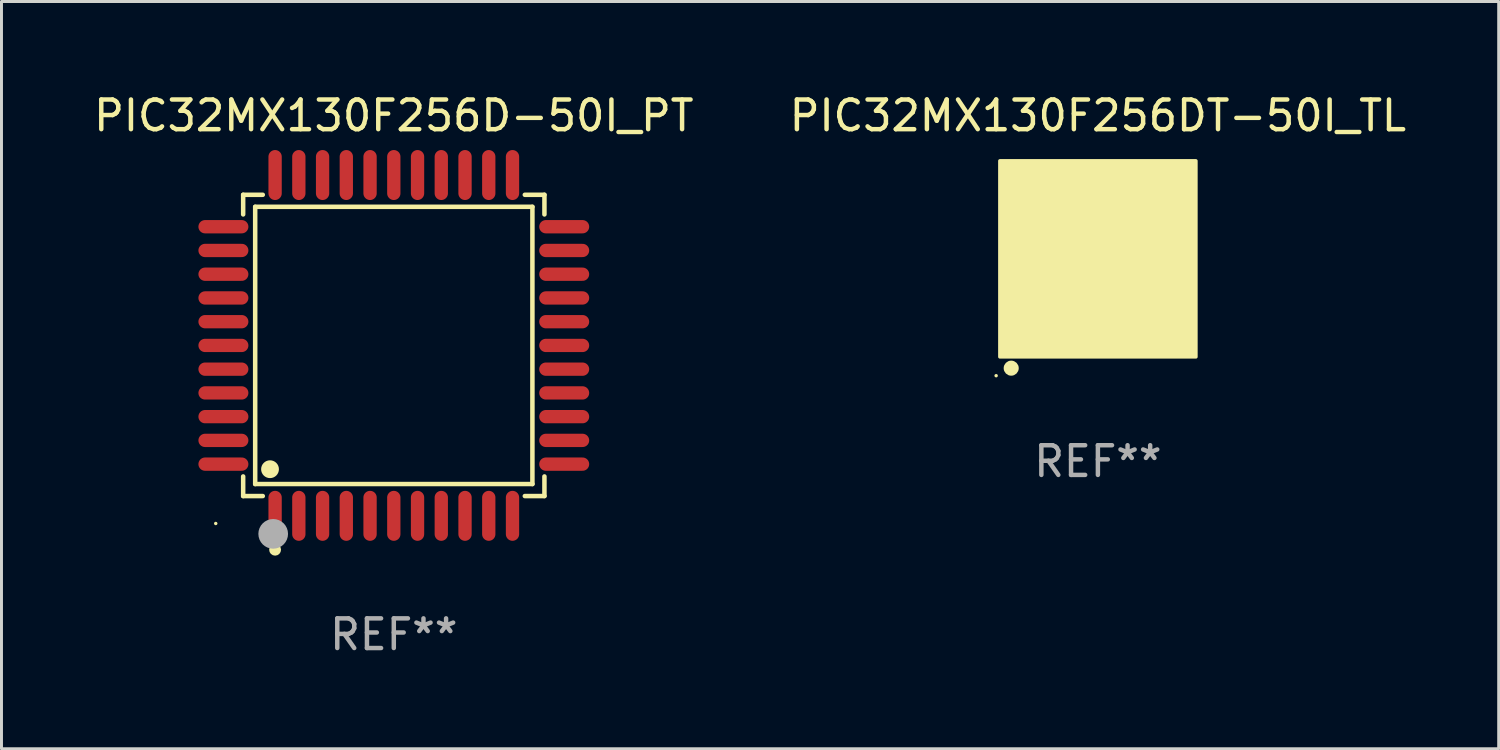
<source format=kicad_pcb>
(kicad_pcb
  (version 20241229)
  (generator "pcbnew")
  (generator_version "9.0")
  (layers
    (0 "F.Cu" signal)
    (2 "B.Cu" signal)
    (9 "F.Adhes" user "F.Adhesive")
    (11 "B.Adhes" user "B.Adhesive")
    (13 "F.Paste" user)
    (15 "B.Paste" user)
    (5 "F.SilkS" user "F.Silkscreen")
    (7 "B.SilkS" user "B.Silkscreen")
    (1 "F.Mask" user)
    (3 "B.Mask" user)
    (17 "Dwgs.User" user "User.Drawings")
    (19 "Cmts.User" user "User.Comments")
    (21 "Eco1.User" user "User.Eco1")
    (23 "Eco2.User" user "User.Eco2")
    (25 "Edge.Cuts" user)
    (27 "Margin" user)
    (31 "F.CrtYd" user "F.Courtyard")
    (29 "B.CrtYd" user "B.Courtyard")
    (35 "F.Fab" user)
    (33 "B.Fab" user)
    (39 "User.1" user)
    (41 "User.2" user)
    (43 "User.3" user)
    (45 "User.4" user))
  (footprint "PIC32MX130F256DT-50I_TL"
    (layer "F.Cu")
    (at 33.946 5.673)
    (property "Reference" "PIC32MX130F256DT-50I_TL" (at 0 -4.825 0) (layer "F.SilkS") (effects (font (size 1 1) (thickness 0.15))))
    (attr through_hole)
    (fp_circle (center -3.429 3.937) (end -3.399 3.937) (stroke (width 0.06) (type solid)) (fill no) (layer "F.SilkS"))
    (fp_circle (center -2.921 3.683) (end -2.794 3.683) (stroke (width 0.254) (type solid)) (fill no) (layer "F.SilkS"))
    (fp_poly (pts (xy -3.302 -3.302) (xy 3.302 -3.302) (xy 3.302 3.302) (xy -3.302 3.302)) (stroke (width 0.12) (type solid)) (fill yes) (layer "F.SilkS"))
    (fp_text user "REF**" (at 0 6.825 0) (layer "F.Fab") (effects (font (size 1 1) (thickness 0.15))))
    (pad "1" smd rect (at -2.25 2.825) (size 0.3 0.45) (layers "F.Cu" "F.Mask" "F.Paste"))
    (pad "2" smd rect (at -1.75 2.825) (size 0.3 0.45) (layers "F.Cu" "F.Mask" "F.Paste"))
    (pad "3" smd rect (at -1.25 2.825) (size 0.3 0.45) (layers "F.Cu" "F.Mask" "F.Paste"))
    (pad "4" smd rect (at -0.75 2.825) (size 0.3 0.45) (layers "F.Cu" "F.Mask" "F.Paste"))
    (pad "5" smd rect (at -0.25 2.825) (size 0.3 0.45) (layers "F.Cu" "F.Mask" "F.Paste"))
    (pad "6" smd rect (at 0.25 2.825) (size 0.3 0.45) (layers "F.Cu" "F.Mask" "F.Paste"))
    (pad "7" smd rect (at 0.75 2.825) (size 0.3 0.45) (layers "F.Cu" "F.Mask" "F.Paste"))
    (pad "8" smd rect (at 1.25 2.825) (size 0.3 0.45) (layers "F.Cu" "F.Mask" "F.Paste"))
    (pad "9" smd rect (at 1.75 2.825) (size 0.3 0.45) (layers "F.Cu" "F.Mask" "F.Paste"))
    (pad "10" smd rect (at 2.25 2.825) (size 0.3 0.45) (layers "F.Cu" "F.Mask" "F.Paste"))
    (pad "11" smd rect (at 2.825 2.825 90) (size 0.45 0.45) (layers "F.Cu" "F.Mask" "F.Paste"))
    (pad "12" smd rect (at 2.825 2.25 90) (size 0.3 0.45) (layers "F.Cu" "F.Mask" "F.Paste"))
    (pad "13" smd rect (at 2.825 1.75 90) (size 0.3 0.45) (layers "F.Cu" "F.Mask" "F.Paste"))
    (pad "14" smd rect (at 2.825 1.25 90) (size 0.3 0.45) (layers "F.Cu" "F.Mask" "F.Paste"))
    (pad "15" smd rect (at 2.825 0.75 90) (size 0.3 0.45) (layers "F.Cu" "F.Mask" "F.Paste"))
    (pad "16" smd rect (at 2.825 0.25 90) (size 0.3 0.45) (layers "F.Cu" "F.Mask" "F.Paste"))
    (pad "17" smd rect (at 2.825 -0.25 90) (size 0.3 0.45) (layers "F.Cu" "F.Mask" "F.Paste"))
    (pad "18" smd rect (at 2.825 -0.75 90) (size 0.3 0.45) (layers "F.Cu" "F.Mask" "F.Paste"))
    (pad "19" smd rect (at 2.825 -1.25 90) (size 0.3 0.45) (layers "F.Cu" "F.Mask" "F.Paste"))
    (pad "20" smd rect (at 2.825 -1.75 90) (size 0.3 0.45) (layers "F.Cu" "F.Mask" "F.Paste"))
    (pad "21" smd rect (at 2.825 -2.25 90) (size 0.3 0.45) (layers "F.Cu" "F.Mask" "F.Paste"))
    (pad "22" smd rect (at 2.825 -2.825 90) (size 0.45 0.45) (layers "F.Cu" "F.Mask" "F.Paste"))
    (pad "23" smd rect (at 2.25 -2.825) (size 0.3 0.45) (layers "F.Cu" "F.Mask" "F.Paste"))
    (pad "24" smd rect (at 1.75 -2.825) (size 0.3 0.45) (layers "F.Cu" "F.Mask" "F.Paste"))
    (pad "25" smd rect (at 1.25 -2.825) (size 0.3 0.45) (layers "F.Cu" "F.Mask" "F.Paste"))
    (pad "26" smd rect (at 0.75 -2.825) (size 0.3 0.45) (layers "F.Cu" "F.Mask" "F.Paste"))
    (pad "27" smd rect (at 0.25 -2.825) (size 0.3 0.45) (layers "F.Cu" "F.Mask" "F.Paste"))
    (pad "28" smd rect (at -0.25 -2.825) (size 0.3 0.45) (layers "F.Cu" "F.Mask" "F.Paste"))
    (pad "29" smd rect (at -0.75 -2.825) (size 0.3 0.45) (layers "F.Cu" "F.Mask" "F.Paste"))
    (pad "30" smd rect (at -1.25 -2.825) (size 0.3 0.45) (layers "F.Cu" "F.Mask" "F.Paste"))
    (pad "31" smd rect (at -1.75 -2.825) (size 0.3 0.45) (layers "F.Cu" "F.Mask" "F.Paste"))
    (pad "32" smd rect (at -2.25 -2.825) (size 0.3 0.45) (layers "F.Cu" "F.Mask" "F.Paste"))
    (pad "33" smd rect (at -2.825 -2.825 90) (size 0.45 0.45) (layers "F.Cu" "F.Mask" "F.Paste"))
    (pad "34" smd rect (at -2.825 -2.25 90) (size 0.3 0.45) (layers "F.Cu" "F.Mask" "F.Paste"))
    (pad "35" smd rect (at -2.825 -1.75 90) (size 0.3 0.45) (layers "F.Cu" "F.Mask" "F.Paste"))
    (pad "36" smd rect (at -2.825 -1.25 90) (size 0.3 0.45) (layers "F.Cu" "F.Mask" "F.Paste"))
    (pad "37" smd rect (at -2.825 -0.75 90) (size 0.3 0.45) (layers "F.Cu" "F.Mask" "F.Paste"))
    (pad "38" smd rect (at -2.825 -0.25 90) (size 0.3 0.45) (layers "F.Cu" "F.Mask" "F.Paste"))
    (pad "39" smd rect (at -2.825 0.25 90) (size 0.3 0.45) (layers "F.Cu" "F.Mask" "F.Paste"))
    (pad "40" smd rect (at -2.825 0.75 90) (size 0.3 0.45) (layers "F.Cu" "F.Mask" "F.Paste"))
    (pad "41" smd rect (at -2.825 1.25 90) (size 0.3 0.45) (layers "F.Cu" "F.Mask" "F.Paste"))
    (pad "42" smd rect (at -2.825 1.75 90) (size 0.3 0.45) (layers "F.Cu" "F.Mask" "F.Paste"))
    (pad "43" smd rect (at -2.825 2.25 90) (size 0.3 0.45) (layers "F.Cu" "F.Mask" "F.Paste"))
    (pad "44" smd rect (at -2.825 2.825 90) (size 0.45 0.45) (layers "F.Cu" "F.Mask" "F.Paste"))
    (pad "45" smd rect (at 0 0 90) (size 4.6 4.6) (layers "F.Cu" "F.Mask" "F.Paste")))
  (footprint "PIC32MX130F256D-50I_PT"
    (layer "F.Cu")
    (at 10.22 8.59)
    (property "Reference" "PIC32MX130F256D-50I_PT" (at 0 -7.742 0) (layer "F.SilkS") (effects (font (size 1 1) (thickness 0.15))))
    (attr through_hole)
    (fp_line (start -5.076 -5.076) (end -4.415 -5.076) (stroke (width 0.152) (type solid)) (layer "F.SilkS"))
    (fp_line (start -5.076 -4.415) (end -5.076 -5.076) (stroke (width 0.152) (type solid)) (layer "F.SilkS"))
    (fp_line (start -5.076 4.415) (end -5.076 5.076) (stroke (width 0.152) (type solid)) (layer "F.SilkS"))
    (fp_line (start -5.076 5.076) (end -4.415 5.076) (stroke (width 0.152) (type solid)) (layer "F.SilkS"))
    (fp_line (start -4.671 -4.671) (end 4.671 -4.671) (stroke (width 0.152) (type solid)) (layer "F.SilkS"))
    (fp_line (start -4.671 4.671) (end -4.671 -4.671) (stroke (width 0.152) (type solid)) (layer "F.SilkS"))
    (fp_line (start 4.671 -4.671) (end 4.671 4.671) (stroke (width 0.152) (type solid)) (layer "F.SilkS"))
    (fp_line (start 4.671 4.671) (end -4.671 4.671) (stroke (width 0.152) (type solid)) (layer "F.SilkS"))
    (fp_line (start 5.076 -5.076) (end 4.415 -5.076) (stroke (width 0.152) (type solid)) (layer "F.SilkS"))
    (fp_line (start 5.076 -4.415) (end 5.076 -5.076) (stroke (width 0.152) (type solid)) (layer "F.SilkS"))
    (fp_line (start 5.076 4.415) (end 5.076 5.076) (stroke (width 0.152) (type solid)) (layer "F.SilkS"))
    (fp_line (start 5.076 5.076) (end 4.415 5.076) (stroke (width 0.152) (type solid)) (layer "F.SilkS"))
    (fp_circle (center -6 6) (end -5.97 6) (stroke (width 0.06) (type solid)) (fill no) (layer "F.SilkS"))
    (fp_circle (center -4.171 4.171) (end -4.021 4.171) (stroke (width 0.3) (type solid)) (fill no) (layer "F.SilkS"))
    (fp_circle (center -4 6.884) (end -3.9 6.884) (stroke (width 0.2) (type solid)) (fill no) (layer "F.SilkS"))
    (fp_circle (center -4.064 6.35) (end -3.814 6.35) (stroke (width 0.5) (type solid)) (fill no) (layer "F.Fab"))
    (fp_text user "REF**" (at 0 9.742 0) (layer "F.Fab") (effects (font (size 1 1) (thickness 0.15))))
    (pad "1" smd oval (at -4 5.742) (size 0.448 1.684) (layers "F.Cu" "F.Mask" "F.Paste"))
    (pad "2" smd oval (at -3.2 5.742) (size 0.448 1.684) (layers "F.Cu" "F.Mask" "F.Paste"))
    (pad "3" smd oval (at -2.4 5.742) (size 0.448 1.684) (layers "F.Cu" "F.Mask" "F.Paste"))
    (pad "4" smd oval (at -1.6 5.742) (size 0.448 1.684) (layers "F.Cu" "F.Mask" "F.Paste"))
    (pad "5" smd oval (at -0.8 5.742) (size 0.448 1.684) (layers "F.Cu" "F.Mask" "F.Paste"))
    (pad "6" smd oval (at 0 5.742) (size 0.448 1.684) (layers "F.Cu" "F.Mask" "F.Paste"))
    (pad "7" smd oval (at 0.8 5.742) (size 0.448 1.684) (layers "F.Cu" "F.Mask" "F.Paste"))
    (pad "8" smd oval (at 1.6 5.742) (size 0.448 1.684) (layers "F.Cu" "F.Mask" "F.Paste"))
    (pad "9" smd oval (at 2.4 5.742) (size 0.448 1.684) (layers "F.Cu" "F.Mask" "F.Paste"))
    (pad "10" smd oval (at 3.2 5.742) (size 0.448 1.684) (layers "F.Cu" "F.Mask" "F.Paste"))
    (pad "11" smd oval (at 4 5.742) (size 0.448 1.684) (layers "F.Cu" "F.Mask" "F.Paste"))
    (pad "12" smd oval (at 5.742 4) (size 1.684 0.448) (layers "F.Cu" "F.Mask" "F.Paste"))
    (pad "13" smd oval (at 5.742 3.2) (size 1.684 0.448) (layers "F.Cu" "F.Mask" "F.Paste"))
    (pad "14" smd oval (at 5.742 2.4) (size 1.684 0.448) (layers "F.Cu" "F.Mask" "F.Paste"))
    (pad "15" smd oval (at 5.742 1.6) (size 1.684 0.448) (layers "F.Cu" "F.Mask" "F.Paste"))
    (pad "16" smd oval (at 5.742 0.8) (size 1.684 0.448) (layers "F.Cu" "F.Mask" "F.Paste"))
    (pad "17" smd oval (at 5.742 0) (size 1.684 0.448) (layers "F.Cu" "F.Mask" "F.Paste"))
    (pad "18" smd oval (at 5.742 -0.8) (size 1.684 0.448) (layers "F.Cu" "F.Mask" "F.Paste"))
    (pad "19" smd oval (at 5.742 -1.6) (size 1.684 0.448) (layers "F.Cu" "F.Mask" "F.Paste"))
    (pad "20" smd oval (at 5.742 -2.4) (size 1.684 0.448) (layers "F.Cu" "F.Mask" "F.Paste"))
    (pad "21" smd oval (at 5.742 -3.2) (size 1.684 0.448) (layers "F.Cu" "F.Mask" "F.Paste"))
    (pad "22" smd oval (at 5.742 -4) (size 1.684 0.448) (layers "F.Cu" "F.Mask" "F.Paste"))
    (pad "23" smd oval (at 4 -5.742) (size 0.448 1.684) (layers "F.Cu" "F.Mask" "F.Paste"))
    (pad "24" smd oval (at 3.2 -5.742) (size 0.448 1.684) (layers "F.Cu" "F.Mask" "F.Paste"))
    (pad "25" smd oval (at 2.4 -5.742) (size 0.448 1.684) (layers "F.Cu" "F.Mask" "F.Paste"))
    (pad "26" smd oval (at 1.6 -5.742) (size 0.448 1.684) (layers "F.Cu" "F.Mask" "F.Paste"))
    (pad "27" smd oval (at 0.8 -5.742) (size 0.448 1.684) (layers "F.Cu" "F.Mask" "F.Paste"))
    (pad "28" smd oval (at 0 -5.742) (size 0.448 1.684) (layers "F.Cu" "F.Mask" "F.Paste"))
    (pad "29" smd oval (at -0.8 -5.742) (size 0.448 1.684) (layers "F.Cu" "F.Mask" "F.Paste"))
    (pad "30" smd oval (at -1.6 -5.742) (size 0.448 1.684) (layers "F.Cu" "F.Mask" "F.Paste"))
    (pad "31" smd oval (at -2.4 -5.742) (size 0.448 1.684) (layers "F.Cu" "F.Mask" "F.Paste"))
    (pad "32" smd oval (at -3.2 -5.742) (size 0.448 1.684) (layers "F.Cu" "F.Mask" "F.Paste"))
    (pad "33" smd oval (at -4 -5.742) (size 0.448 1.684) (layers "F.Cu" "F.Mask" "F.Paste"))
    (pad "34" smd oval (at -5.742 -4) (size 1.684 0.448) (layers "F.Cu" "F.Mask" "F.Paste"))
    (pad "35" smd oval (at -5.742 -3.2) (size 1.684 0.448) (layers "F.Cu" "F.Mask" "F.Paste"))
    (pad "36" smd oval (at -5.742 -2.4) (size 1.684 0.448) (layers "F.Cu" "F.Mask" "F.Paste"))
    (pad "37" smd oval (at -5.742 -1.6) (size 1.684 0.448) (layers "F.Cu" "F.Mask" "F.Paste"))
    (pad "38" smd oval (at -5.742 -0.8) (size 1.684 0.448) (layers "F.Cu" "F.Mask" "F.Paste"))
    (pad "39" smd oval (at -5.742 0) (size 1.684 0.448) (layers "F.Cu" "F.Mask" "F.Paste"))
    (pad "40" smd oval (at -5.742 0.8) (size 1.684 0.448) (layers "F.Cu" "F.Mask" "F.Paste"))
    (pad "41" smd oval (at -5.742 1.6) (size 1.684 0.448) (layers "F.Cu" "F.Mask" "F.Paste"))
    (pad "42" smd oval (at -5.742 2.4) (size 1.684 0.448) (layers "F.Cu" "F.Mask" "F.Paste"))
    (pad "43" smd oval (at -5.742 3.2) (size 1.684 0.448) (layers "F.Cu" "F.Mask" "F.Paste"))
    (pad "44" smd oval (at -5.742 4) (size 1.684 0.448) (layers "F.Cu" "F.Mask" "F.Paste")))
  (gr_rect
    (start -3 -3)
    (end 47.452 22.18)
    (stroke (width 0.1) (type default))
    (fill no)
    (layer "Edge.Cuts")))
</source>
